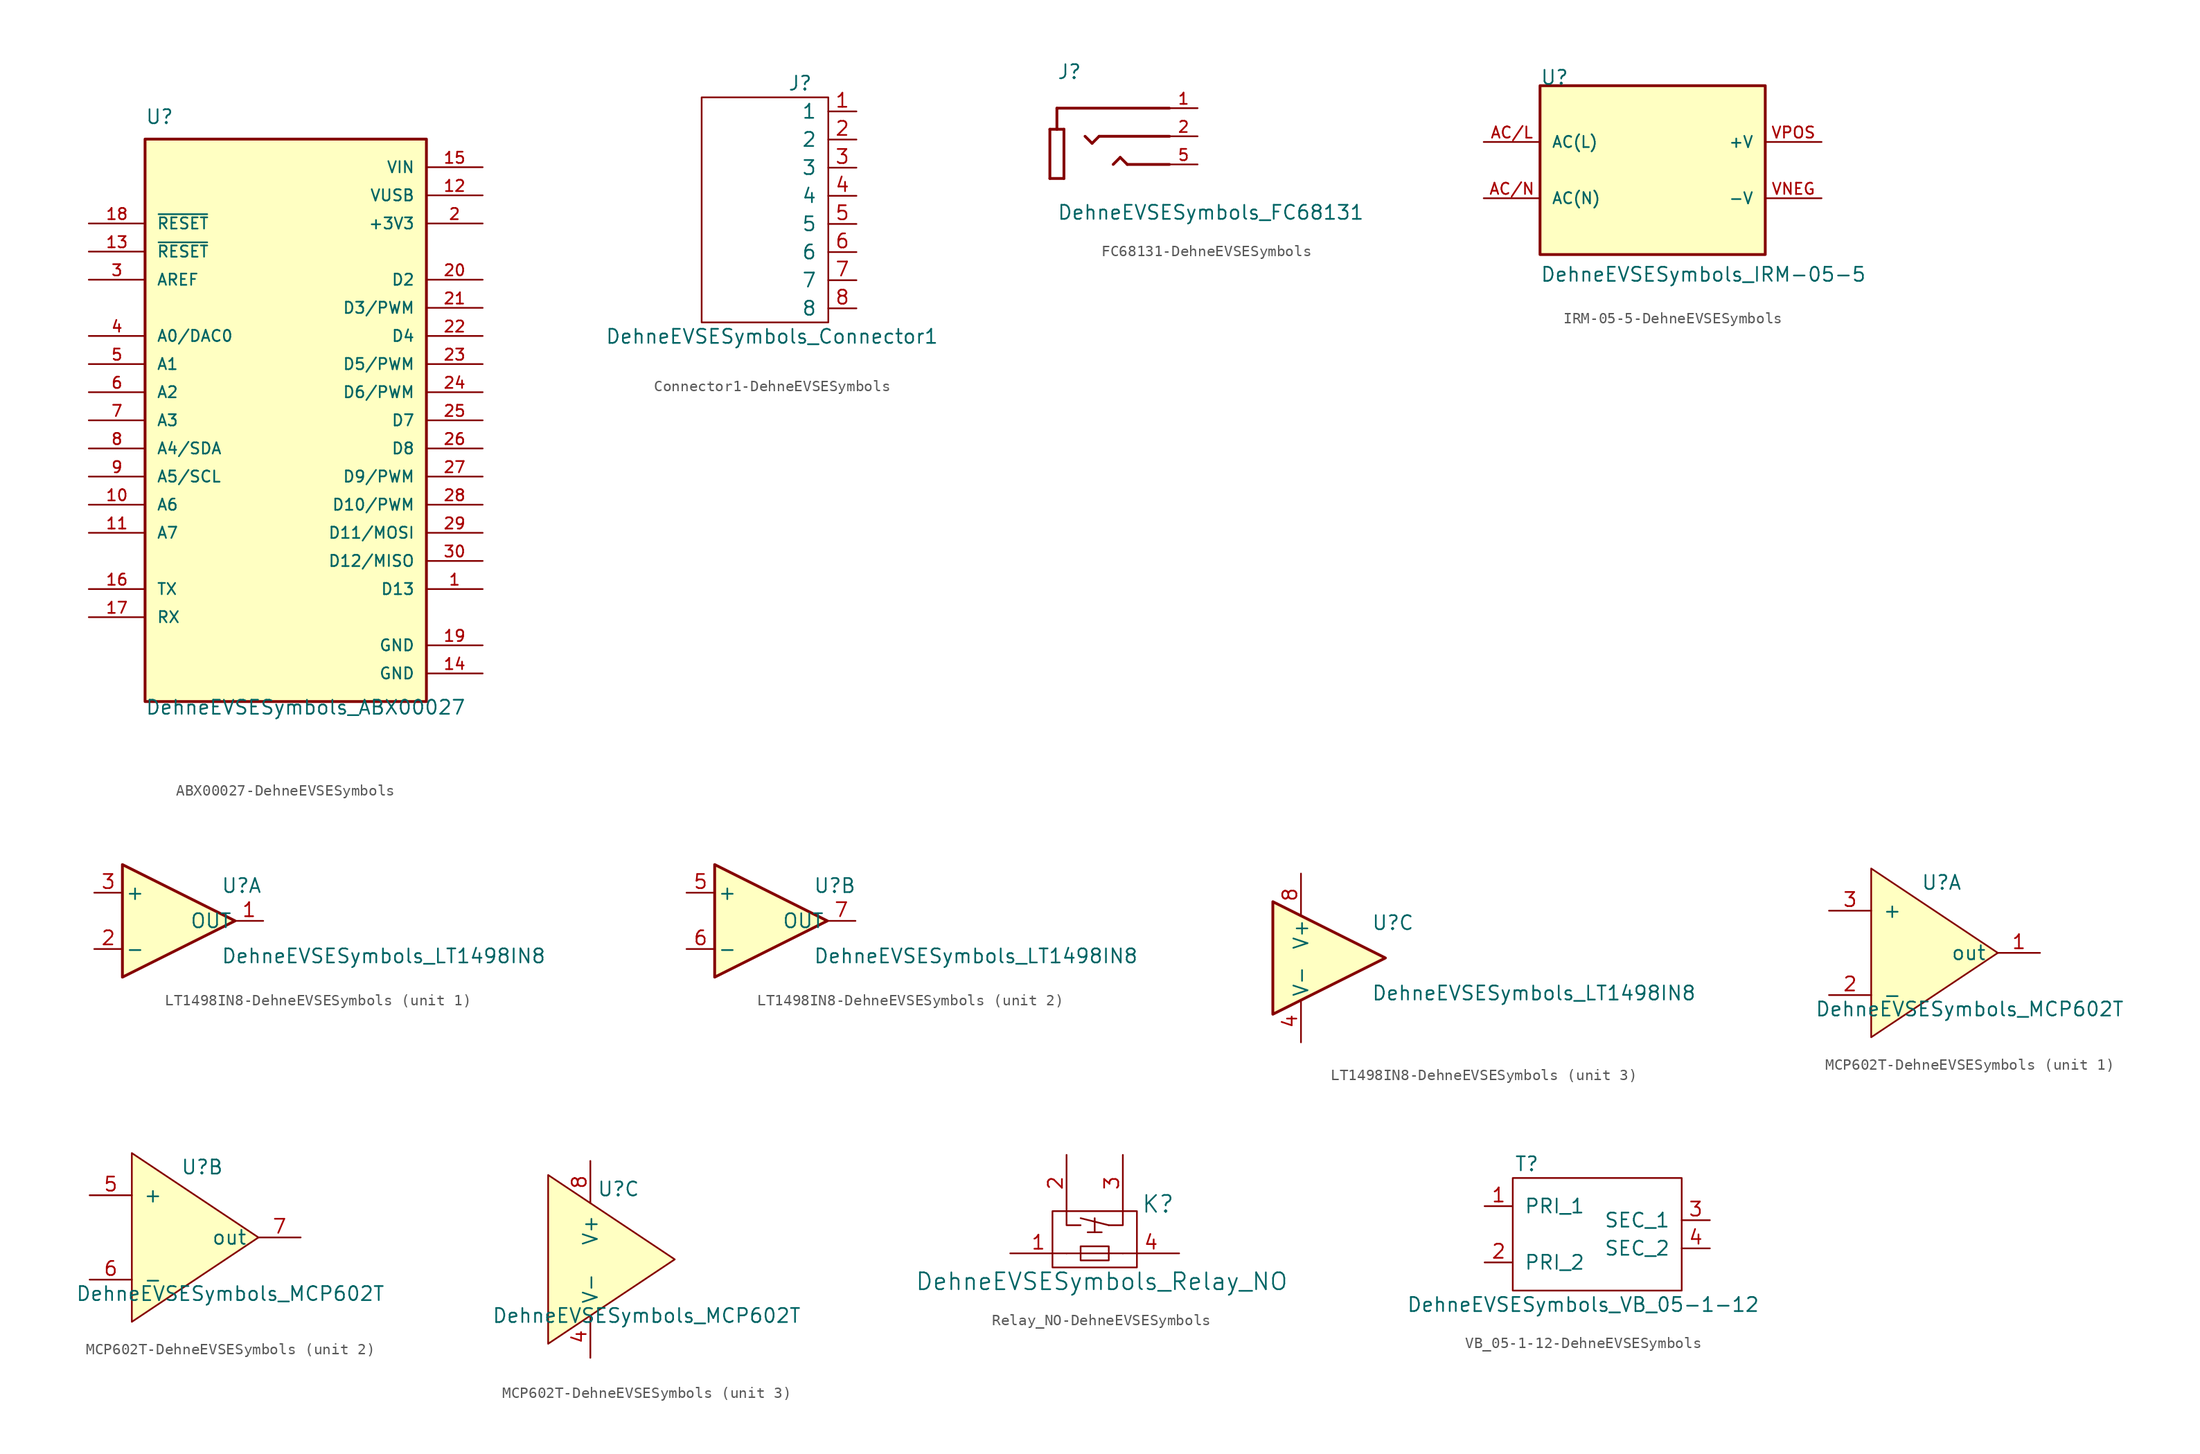
<source format=kicad_sym>
(kicad_symbol_lib
  (version 20220914)
  (generator kicad_symbol_editor)
  (symbol "ABX00027-DehneEVSESymbols"
    (pin_names
      (offset 1.016))
    (property "Reference" "U"
      (at -12.7 26.67 0)
      (effects (font (size 1.27 1.27)) (justify left bottom)))
    (property "Value" "DehneEVSESymbols_ABX00027"
      (at -12.7 -26.67 0)
      (effects (font (size 1.27 1.27)) (justify left bottom)))
    (property "ki_locked" ""
      (at 0 0 0)
      (effects (font (size 1.27 1.27))))
    (symbol "ABX00027-DehneEVSESymbols_0_0"
      (rectangle (start -12.7 -25.4) (end 12.7 25.4) (stroke (width 0.254) (type solid)) (fill (type background)))
      (pin bidirectional line (at 17.78 -15.24 180) (length 5.08) (name "D13" (effects (font (size 1.016 1.016)))) (number "1" (effects (font (size 1.016 1.016)))))
      (pin input line (at -17.78 -7.62 0) (length 5.08) (name "A6" (effects (font (size 1.016 1.016)))) (number "10" (effects (font (size 1.016 1.016)))))
      (pin input line (at -17.78 -10.16 0) (length 5.08) (name "A7" (effects (font (size 1.016 1.016)))) (number "11" (effects (font (size 1.016 1.016)))))
      (pin power_out line (at 17.78 20.32 180) (length 5.08) (name "VUSB" (effects (font (size 1.016 1.016)))) (number "12" (effects (font (size 1.016 1.016)))))
      (pin input line (at -17.78 15.24 0) (length 5.08) (name "~{RESET}" (effects (font (size 1.016 1.016)))) (number "13" (effects (font (size 1.016 1.016)))))
      (pin power_in line (at 17.78 -22.86 180) (length 5.08) (name "GND" (effects (font (size 1.016 1.016)))) (number "14" (effects (font (size 1.016 1.016)))))
      (pin power_in line (at 17.78 22.86 180) (length 5.08) (name "VIN" (effects (font (size 1.016 1.016)))) (number "15" (effects (font (size 1.016 1.016)))))
      (pin bidirectional line (at -17.78 -15.24 0) (length 5.08) (name "TX" (effects (font (size 1.016 1.016)))) (number "16" (effects (font (size 1.016 1.016)))))
      (pin bidirectional line (at -17.78 -17.78 0) (length 5.08) (name "RX" (effects (font (size 1.016 1.016)))) (number "17" (effects (font (size 1.016 1.016)))))
      (pin input line (at -17.78 17.78 0) (length 5.08) (name "~{RESET}" (effects (font (size 1.016 1.016)))) (number "18" (effects (font (size 1.016 1.016)))))
      (pin power_in line (at 17.78 -20.32 180) (length 5.08) (name "GND" (effects (font (size 1.016 1.016)))) (number "19" (effects (font (size 1.016 1.016)))))
      (pin power_out line (at 17.78 17.78 180) (length 5.08) (name "+3V3" (effects (font (size 1.016 1.016)))) (number "2" (effects (font (size 1.016 1.016)))))
      (pin bidirectional line (at 17.78 12.7 180) (length 5.08) (name "D2" (effects (font (size 1.016 1.016)))) (number "20" (effects (font (size 1.016 1.016)))))
      (pin bidirectional line (at 17.78 10.16 180) (length 5.08) (name "D3/PWM" (effects (font (size 1.016 1.016)))) (number "21" (effects (font (size 1.016 1.016)))))
      (pin bidirectional line (at 17.78 7.62 180) (length 5.08) (name "D4" (effects (font (size 1.016 1.016)))) (number "22" (effects (font (size 1.016 1.016)))))
      (pin bidirectional line (at 17.78 5.08 180) (length 5.08) (name "D5/PWM" (effects (font (size 1.016 1.016)))) (number "23" (effects (font (size 1.016 1.016)))))
      (pin bidirectional line (at 17.78 2.54 180) (length 5.08) (name "D6/PWM" (effects (font (size 1.016 1.016)))) (number "24" (effects (font (size 1.016 1.016)))))
      (pin bidirectional line (at 17.78 0 180) (length 5.08) (name "D7" (effects (font (size 1.016 1.016)))) (number "25" (effects (font (size 1.016 1.016)))))
      (pin bidirectional line (at 17.78 -2.54 180) (length 5.08) (name "D8" (effects (font (size 1.016 1.016)))) (number "26" (effects (font (size 1.016 1.016)))))
      (pin bidirectional line (at 17.78 -5.08 180) (length 5.08) (name "D9/PWM" (effects (font (size 1.016 1.016)))) (number "27" (effects (font (size 1.016 1.016)))))
      (pin bidirectional line (at 17.78 -7.62 180) (length 5.08) (name "D10/PWM" (effects (font (size 1.016 1.016)))) (number "28" (effects (font (size 1.016 1.016)))))
      (pin bidirectional line (at 17.78 -10.16 180) (length 5.08) (name "D11/MOSI" (effects (font (size 1.016 1.016)))) (number "29" (effects (font (size 1.016 1.016)))))
      (pin input line (at -17.78 12.7 0) (length 5.08) (name "AREF" (effects (font (size 1.016 1.016)))) (number "3" (effects (font (size 1.016 1.016)))))
      (pin bidirectional line (at 17.78 -12.7 180) (length 5.08) (name "D12/MISO" (effects (font (size 1.016 1.016)))) (number "30" (effects (font (size 1.016 1.016)))))
      (pin bidirectional line (at -17.78 7.62 0) (length 5.08) (name "A0/DAC0" (effects (font (size 1.016 1.016)))) (number "4" (effects (font (size 1.016 1.016)))))
      (pin input line (at -17.78 5.08 0) (length 5.08) (name "A1" (effects (font (size 1.016 1.016)))) (number "5" (effects (font (size 1.016 1.016)))))
      (pin input line (at -17.78 2.54 0) (length 5.08) (name "A2" (effects (font (size 1.016 1.016)))) (number "6" (effects (font (size 1.016 1.016)))))
      (pin input line (at -17.78 0 0) (length 5.08) (name "A3" (effects (font (size 1.016 1.016)))) (number "7" (effects (font (size 1.016 1.016)))))
      (pin input line (at -17.78 -2.54 0) (length 5.08) (name "A4/SDA" (effects (font (size 1.016 1.016)))) (number "8" (effects (font (size 1.016 1.016)))))
      (pin input line (at -17.78 -5.08 0) (length 5.08) (name "A5/SCL" (effects (font (size 1.016 1.016)))) (number "9" (effects (font (size 1.016 1.016)))))))
  (symbol "Connector1-DehneEVSESymbols"
    (pin_names
      (offset 1.016))
    (property "Reference" "J"
      (at 2.54 11.43 0)
      (effects (font (size 1.27 1.27))))
    (property "Value" "DehneEVSESymbols_Connector1"
      (at 0 -11.43 0)
      (effects (font (size 1.27 1.27))))
    (symbol "Connector1-DehneEVSESymbols_0_1"
      (rectangle (start 5.08 10.16) (end -6.35 -10.16) (stroke (width 0) (type solid)) (fill (type none))))
    (symbol "Connector1-DehneEVSESymbols_1_1"
      (pin input line (at 7.62 8.89 180) (length 2.54) (name "1" (effects (font (size 1.27 1.27)))) (number "1" (effects (font (size 1.27 1.27)))))
      (pin input line (at 7.62 6.35 180) (length 2.54) (name "2" (effects (font (size 1.27 1.27)))) (number "2" (effects (font (size 1.27 1.27)))))
      (pin input line (at 7.62 3.81 180) (length 2.54) (name "3" (effects (font (size 1.27 1.27)))) (number "3" (effects (font (size 1.27 1.27)))))
      (pin input line (at 7.62 1.27 180) (length 2.54) (name "4" (effects (font (size 1.27 1.27)))) (number "4" (effects (font (size 1.27 1.27)))))
      (pin input line (at 7.62 -1.27 180) (length 2.54) (name "5" (effects (font (size 1.27 1.27)))) (number "5" (effects (font (size 1.27 1.27)))))
      (pin input line (at 7.62 -3.81 180) (length 2.54) (name "6" (effects (font (size 1.27 1.27)))) (number "6" (effects (font (size 1.27 1.27)))))
      (pin input line (at 7.62 -6.35 180) (length 2.54) (name "7" (effects (font (size 1.27 1.27)))) (number "7" (effects (font (size 1.27 1.27)))))
      (pin input line (at 7.62 -8.89 180) (length 2.54) (name "8" (effects (font (size 1.27 1.27)))) (number "8" (effects (font (size 1.27 1.27)))))))
  (symbol "FC68131-DehneEVSESymbols"
    (pin_names
      (offset 1.016) hide)
    (property "Reference" "J"
      (at -5.08 2.54 0)
      (effects (font (size 1.27 1.27)) (justify left bottom)))
    (property "Value" "DehneEVSESymbols_FC68131"
      (at -5.08 -10.16 0)
      (effects (font (size 1.27 1.27)) (justify left bottom)))
    (property "ki_locked" ""
      (at 0 0 0)
      (effects (font (size 1.27 1.27))))
    (symbol "FC68131-DehneEVSESymbols_0_0"
      (polyline (pts (xy -5.715 -6.35) (xy -5.715 -1.905)) (stroke (width 0.254) (type solid)) (fill (type none)))
      (polyline (pts (xy -5.715 -1.905) (xy -5.08 -1.905)) (stroke (width 0.254) (type solid)) (fill (type none)))
      (polyline (pts (xy -5.08 -1.905) (xy -4.445 -1.905)) (stroke (width 0.254) (type solid)) (fill (type none)))
      (polyline (pts (xy -5.08 0) (xy -5.08 -1.905)) (stroke (width 0.254) (type solid)) (fill (type none)))
      (polyline (pts (xy -4.445 -6.35) (xy -5.715 -6.35)) (stroke (width 0.254) (type solid)) (fill (type none)))
      (polyline (pts (xy -4.445 -1.905) (xy -4.445 -6.35)) (stroke (width 0.254) (type solid)) (fill (type none)))
      (polyline (pts (xy -1.905 -3.175) (xy -2.54 -2.54)) (stroke (width 0.254) (type solid)) (fill (type none)))
      (polyline (pts (xy -1.27 -2.54) (xy -1.905 -3.175)) (stroke (width 0.254) (type solid)) (fill (type none)))
      (polyline (pts (xy 0.635 -4.445) (xy 0 -5.08)) (stroke (width 0.254) (type solid)) (fill (type none)))
      (polyline (pts (xy 1.27 -5.08) (xy 0.635 -4.445)) (stroke (width 0.254) (type solid)) (fill (type none)))
      (polyline (pts (xy 5.08 -5.08) (xy 1.27 -5.08)) (stroke (width 0.254) (type solid)) (fill (type none)))
      (polyline (pts (xy 5.08 -2.54) (xy -1.27 -2.54)) (stroke (width 0.254) (type solid)) (fill (type none)))
      (polyline (pts (xy 5.08 0) (xy -5.08 0)) (stroke (width 0.254) (type solid)) (fill (type none)))
      (pin passive line (at 7.62 0 180) (length 2.54) (name "~" (effects (font (size 1.016 1.016)))) (number "1" (effects (font (size 1.016 1.016)))))
      (pin passive line (at 7.62 -2.54 180) (length 2.54) (name "~" (effects (font (size 1.016 1.016)))) (number "2" (effects (font (size 1.016 1.016)))))
      (pin passive line (at 7.62 -5.08 180) (length 2.54) (name "~" (effects (font (size 1.016 1.016)))) (number "5" (effects (font (size 1.016 1.016)))))))
  (symbol "IRM-05-5-DehneEVSESymbols"
    (pin_names
      (offset 1.016))
    (property "Reference" "U"
      (at -10.16 7.62 0)
      (effects (font (size 1.27 1.27)) (justify left bottom)))
    (property "Value" "DehneEVSESymbols_IRM-05-5"
      (at -10.16 -10.16 0)
      (effects (font (size 1.27 1.27)) (justify left bottom)))
    (property "ki_locked" ""
      (at 0 0 0)
      (effects (font (size 1.27 1.27))))
    (symbol "IRM-05-5-DehneEVSESymbols_0_0"
      (rectangle (start -10.16 -7.62) (end 10.16 7.62) (stroke (width 0.254) (type solid)) (fill (type background)))
      (pin input line (at -15.24 2.54 0) (length 5.08) (name "AC(L)" (effects (font (size 1.016 1.016)))) (number "AC/L" (effects (font (size 1.016 1.016)))))
      (pin input line (at -15.24 -2.54 0) (length 5.08) (name "AC(N)" (effects (font (size 1.016 1.016)))) (number "AC/N" (effects (font (size 1.016 1.016)))))
      (pin output line (at 15.24 -2.54 180) (length 5.08) (name "-V" (effects (font (size 1.016 1.016)))) (number "VNEG" (effects (font (size 1.016 1.016)))))
      (pin output line (at 15.24 2.54 180) (length 5.08) (name "+V" (effects (font (size 1.016 1.016)))) (number "VPOS" (effects (font (size 1.016 1.016)))))))
  (symbol "LT1498IN8-DehneEVSESymbols"
    (pin_names
      (offset 0.254))
    (property "Reference" "U"
      (at 3.81 3.175 0)
      (effects (font (size 1.27 1.27)) (justify left)))
    (property "Value" "DehneEVSESymbols_LT1498IN8"
      (at 3.81 -3.175 0)
      (effects (font (size 1.27 1.27)) (justify left)))
    (property "ki_locked" ""
      (at 0 0 0)
      (effects (font (size 1.27 1.27))))
    (symbol "LT1498IN8-DehneEVSESymbols_0_1"
      (polyline (pts (xy 5.08 0) (xy -5.08 5.08) (xy -5.08 -5.08) (xy 5.08 0)) (stroke (width 0.254) (type solid)) (fill (type background))))
    (symbol "LT1498IN8-DehneEVSESymbols_1_1"
      (pin output line (at 7.62 0 180) (length 2.54) (name "OUT" (effects (font (size 1.27 1.27)))) (number "1" (effects (font (size 1.27 1.27)))))
      (pin input line (at -7.62 -2.54 0) (length 2.54) (name "-" (effects (font (size 1.27 1.27)))) (number "2" (effects (font (size 1.27 1.27)))))
      (pin input line (at -7.62 2.54 0) (length 2.54) (name "+" (effects (font (size 1.27 1.27)))) (number "3" (effects (font (size 1.27 1.27))))))
    (symbol "LT1498IN8-DehneEVSESymbols_2_1"
      (pin input line (at -7.62 2.54 0) (length 2.54) (name "+" (effects (font (size 1.27 1.27)))) (number "5" (effects (font (size 1.27 1.27)))))
      (pin input line (at -7.62 -2.54 0) (length 2.54) (name "-" (effects (font (size 1.27 1.27)))) (number "6" (effects (font (size 1.27 1.27)))))
      (pin output line (at 7.62 0 180) (length 2.54) (name "OUT" (effects (font (size 1.27 1.27)))) (number "7" (effects (font (size 1.27 1.27))))))
    (symbol "LT1498IN8-DehneEVSESymbols_3_1"
      (pin power_in line (at -2.54 -7.62 90) (length 3.81) (name "V-" (effects (font (size 1.27 1.27)))) (number "4" (effects (font (size 1.27 1.27)))))
      (pin power_in line (at -2.54 7.62 270) (length 3.81) (name "V+" (effects (font (size 1.27 1.27)))) (number "8" (effects (font (size 1.27 1.27)))))))
  (symbol "MCP602T-DehneEVSESymbols"
    (pin_names
      (offset 1.016))
    (property "Reference" "U"
      (at -5.08 6.35 0)
      (effects (font (size 1.27 1.27))))
    (property "Value" "DehneEVSESymbols_MCP602T"
      (at -2.54 -5.08 0)
      (effects (font (size 1.27 1.27))))
    (symbol "MCP602T-DehneEVSESymbols_0_1"
      (polyline (pts (xy -11.43 7.62) (xy -11.43 -7.62) (xy 0 0) (xy -11.43 7.62)) (stroke (width 0) (type solid)) (fill (type background))))
    (symbol "MCP602T-DehneEVSESymbols_1_1"
      (pin output line (at 3.81 0 180) (length 3.81) (name "out" (effects (font (size 1.27 1.27)))) (number "1" (effects (font (size 1.27 1.27)))))
      (pin input line (at -15.24 -3.81 0) (length 3.81) (name "-" (effects (font (size 1.27 1.27)))) (number "2" (effects (font (size 1.27 1.27)))))
      (pin input line (at -15.24 3.81 0) (length 3.81) (name "+" (effects (font (size 1.27 1.27)))) (number "3" (effects (font (size 1.27 1.27))))))
    (symbol "MCP602T-DehneEVSESymbols_2_1"
      (pin input line (at -15.24 3.81 0) (length 3.81) (name "+" (effects (font (size 1.27 1.27)))) (number "5" (effects (font (size 1.27 1.27)))))
      (pin input line (at -15.24 -3.81 0) (length 3.81) (name "-" (effects (font (size 1.27 1.27)))) (number "6" (effects (font (size 1.27 1.27)))))
      (pin output line (at 3.81 0 180) (length 3.81) (name "out" (effects (font (size 1.27 1.27)))) (number "7" (effects (font (size 1.27 1.27))))))
    (symbol "MCP602T-DehneEVSESymbols_3_1"
      (pin power_in line (at -7.62 -8.89 90) (length 3.81) (name "V-" (effects (font (size 1.27 1.27)))) (number "4" (effects (font (size 1.27 1.27)))))
      (pin power_in line (at -7.62 8.89 270) (length 3.81) (name "V+" (effects (font (size 1.27 1.27)))) (number "8" (effects (font (size 1.27 1.27)))))))
  (symbol "Relay_NO-DehneEVSESymbols"
    (pin_names
      (offset 1.016))
    (property "Reference" "K"
      (at 6.985 5.715 0)
      (effects (font (size 1.524 1.524))))
    (property "Value" "DehneEVSESymbols_Relay_NO"
      (at 1.905 -1.27 0)
      (effects (font (size 1.524 1.524))))
    (property "Footprint" ""
      (at 0 0 0)
      (effects (font (size 1.524 1.524))))
    (property "Datasheet" ""
      (at 0 0 0)
      (effects (font (size 1.524 1.524))))
    (symbol "Relay_NO-DehneEVSESymbols_0_1"
      (rectangle (start -2.54 5.08) (end 5.08 0) (stroke (width 0) (type solid)) (fill (type none)))
      (polyline (pts (xy -1.27 1.27) (xy 2.54 1.27)) (stroke (width 0) (type solid)) (fill (type none)))
      (polyline (pts (xy 1.27 3.175) (xy 1.905 3.175)) (stroke (width 0) (type solid)) (fill (type none)))
      (polyline (pts (xy 2.54 3.81) (xy 0 4.445)) (stroke (width 0) (type solid)) (fill (type none)))
      (polyline (pts (xy 3.81 1.27) (xy 2.54 1.27)) (stroke (width 0) (type solid)) (fill (type none)))
      (polyline (pts (xy -1.27 5.08) (xy -1.27 3.81) (xy 0 3.81)) (stroke (width 0) (type solid)) (fill (type none)))
      (polyline (pts (xy 1.27 4.445) (xy 1.27 3.175) (xy 0.635 3.175)) (stroke (width 0) (type solid)) (fill (type none)))
      (polyline (pts (xy 3.81 5.08) (xy 3.81 3.81) (xy 2.54 3.81)) (stroke (width 0) (type solid)) (fill (type none)))
      (rectangle (start 0 0.635) (end 2.54 1.905) (stroke (width 0) (type solid)) (fill (type none))))
    (symbol "Relay_NO-DehneEVSESymbols_1_1"
      (pin input line (at -6.35 1.27 0) (length 5.08) (name "~" (effects (font (size 1.27 1.27)))) (number "1" (effects (font (size 1.27 1.27)))))
      (pin input line (at -1.27 10.16 270) (length 5.08) (name "~" (effects (font (size 1.27 1.27)))) (number "2" (effects (font (size 1.27 1.27)))))
      (pin input line (at 3.81 10.16 270) (length 5.08) (name "~" (effects (font (size 1.27 1.27)))) (number "3" (effects (font (size 1.27 1.27)))))
      (pin input line (at 8.89 1.27 180) (length 5.08) (name "~" (effects (font (size 1.27 1.27)))) (number "4" (effects (font (size 1.27 1.27)))))))
  (symbol "VB_05-1-12-DehneEVSESymbols"
    (pin_names
      (offset 1.016))
    (property "Reference" "T"
      (at -6.35 6.35 0)
      (effects (font (size 1.27 1.27))))
    (property "Value" "DehneEVSESymbols_VB_05-1-12"
      (at -1.27 -6.35 0)
      (effects (font (size 1.27 1.27))))
    (symbol "VB_05-1-12-DehneEVSESymbols_0_1"
      (rectangle (start -7.62 5.08) (end 7.62 -5.08) (stroke (width 0) (type solid)) (fill (type none))))
    (symbol "VB_05-1-12-DehneEVSESymbols_1_1"
      (pin input line (at -10.16 2.54 0) (length 2.54) (name "PRI_1" (effects (font (size 1.27 1.27)))) (number "1" (effects (font (size 1.27 1.27)))))
      (pin input line (at -10.16 -2.54 0) (length 2.54) (name "PRI_2" (effects (font (size 1.27 1.27)))) (number "2" (effects (font (size 1.27 1.27)))))
      (pin input line (at 10.16 1.27 180) (length 2.54) (name "SEC_1" (effects (font (size 1.27 1.27)))) (number "3" (effects (font (size 1.27 1.27)))))
      (pin input line (at 10.16 -1.27 180) (length 2.54) (name "SEC_2" (effects (font (size 1.27 1.27)))) (number "4" (effects (font (size 1.27 1.27))))))))
</source>
